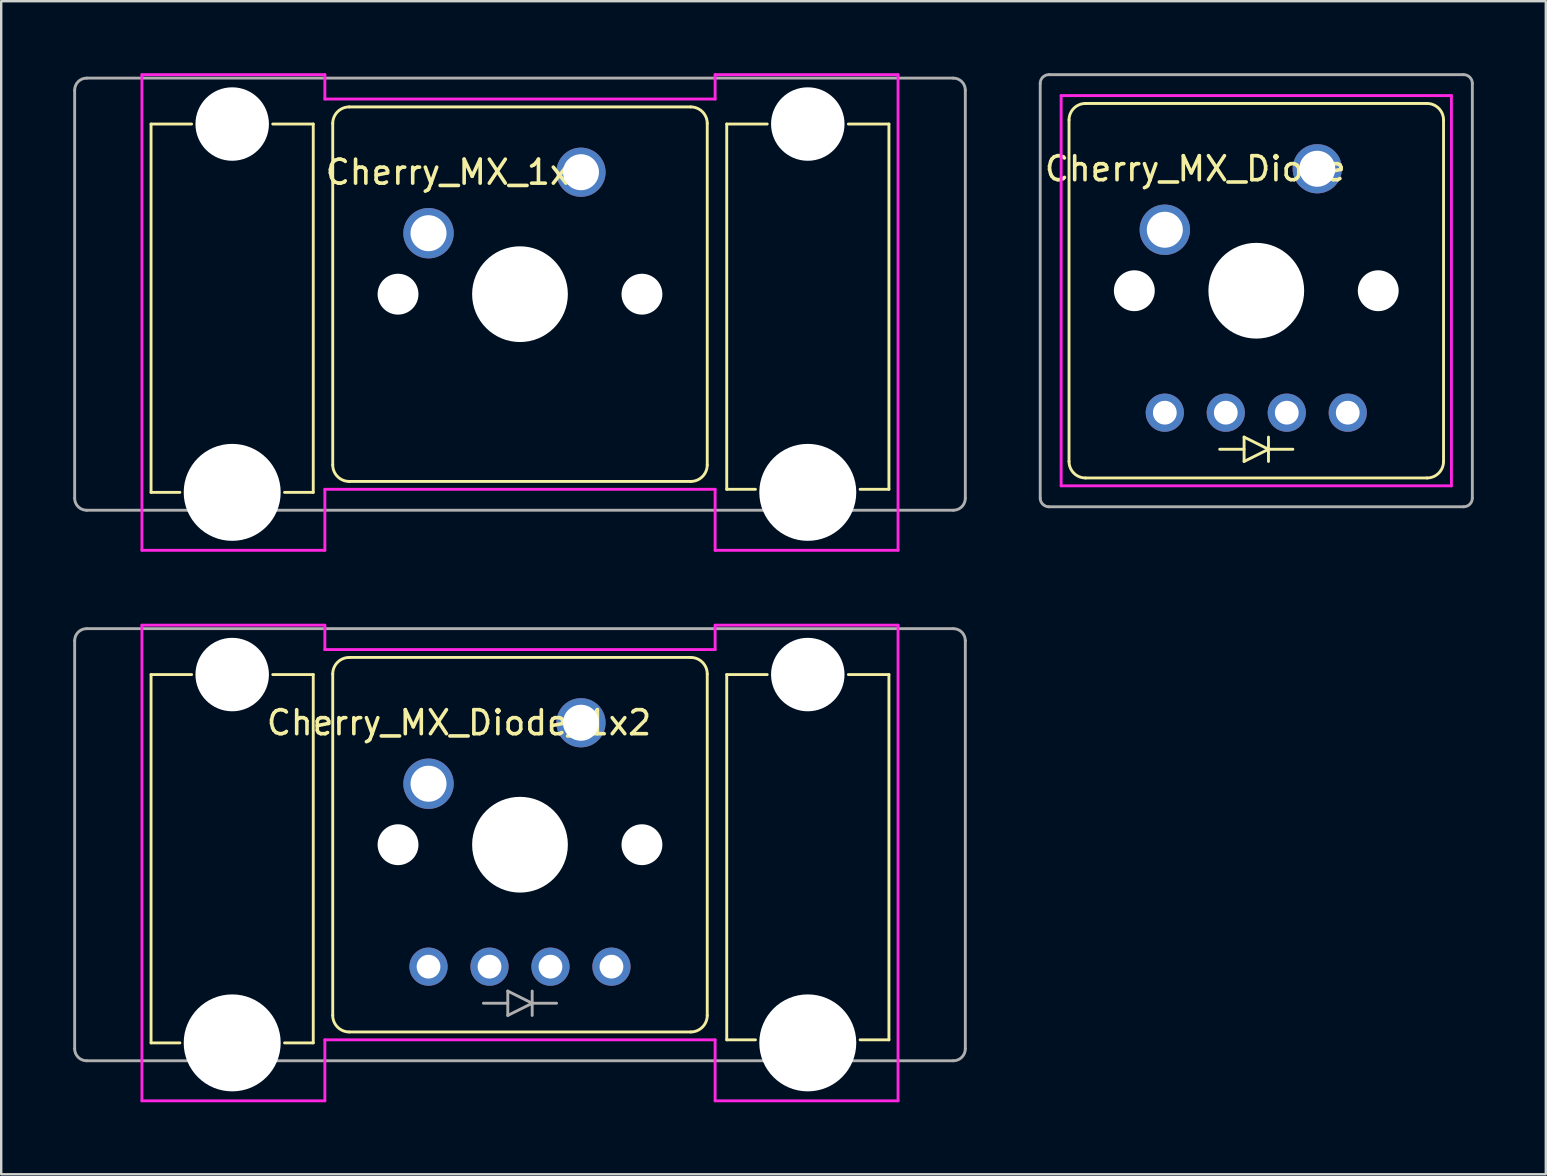
<source format=kicad_pcb>
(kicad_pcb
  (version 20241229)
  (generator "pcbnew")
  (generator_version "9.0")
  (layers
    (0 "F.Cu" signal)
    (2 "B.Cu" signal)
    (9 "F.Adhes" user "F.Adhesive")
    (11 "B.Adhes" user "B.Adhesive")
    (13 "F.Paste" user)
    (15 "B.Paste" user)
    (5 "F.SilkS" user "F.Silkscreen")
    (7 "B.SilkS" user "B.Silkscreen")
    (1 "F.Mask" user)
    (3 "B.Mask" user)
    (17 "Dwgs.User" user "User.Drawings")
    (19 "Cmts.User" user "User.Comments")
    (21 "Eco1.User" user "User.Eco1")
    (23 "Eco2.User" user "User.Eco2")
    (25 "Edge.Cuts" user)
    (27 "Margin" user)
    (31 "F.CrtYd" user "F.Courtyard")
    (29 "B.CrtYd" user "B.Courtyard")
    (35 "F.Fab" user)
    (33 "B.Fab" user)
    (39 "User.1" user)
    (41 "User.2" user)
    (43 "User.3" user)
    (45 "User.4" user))
  (footprint "Cherry_MX_Diode_1x2"
    (layer "F.Cu")
    (at 18.61 32.136)
    (property "Reference" "Cherry_MX_Diode_1x2" (at -2.54 -5.08 0) (layer "F.SilkS") (effects (font (size 1 1) (thickness 0.15))))
    (attr through_hole)
    (fp_line (start -15.368 -7.087) (end -13.678 -7.087) (stroke (width 0.12) (type solid)) (layer "F.SilkS"))
    (fp_line (start -15.368 8.255) (end -15.368 -7.087) (stroke (width 0.12) (type solid)) (layer "F.SilkS"))
    (fp_line (start -15.368 8.255) (end -14.167 8.255) (stroke (width 0.12) (type solid)) (layer "F.SilkS"))
    (fp_line (start -10.298 -7.087) (end -8.612 -7.087) (stroke (width 0.12) (type solid)) (layer "F.SilkS"))
    (fp_line (start -8.612 -7.087) (end -8.612 8.255) (stroke (width 0.12) (type solid)) (layer "F.SilkS"))
    (fp_line (start -8.612 8.255) (end -9.808 8.255) (stroke (width 0.12) (type solid)) (layer "F.SilkS"))
    (fp_line (start -7.8 -7.112) (end -7.8 7.112) (stroke (width 0.12) (type solid)) (layer "F.SilkS"))
    (fp_line (start -7.112 7.8) (end 7.112 7.8) (stroke (width 0.12) (type solid)) (layer "F.SilkS"))
    (fp_line (start 7.112 -7.8) (end -7.112 -7.8) (stroke (width 0.12) (type solid)) (layer "F.SilkS"))
    (fp_line (start 7.8 7.112) (end 7.8 -7.112) (stroke (width 0.12) (type solid)) (layer "F.SilkS"))
    (fp_line (start 8.612 -7.087) (end 10.298 -7.087) (stroke (width 0.12) (type solid)) (layer "F.SilkS"))
    (fp_line (start 8.612 8.128) (end 8.612 -7.087) (stroke (width 0.12) (type solid)) (layer "F.SilkS"))
    (fp_line (start 9.808 8.128) (end 8.612 8.128) (stroke (width 0.12) (type solid)) (layer "F.SilkS"))
    (fp_line (start 13.678 -7.087) (end 15.368 -7.087) (stroke (width 0.12) (type solid)) (layer "F.SilkS"))
    (fp_line (start 15.368 -7.087) (end 15.368 8.128) (stroke (width 0.12) (type solid)) (layer "F.SilkS"))
    (fp_line (start 15.368 8.128) (end 14.167 8.128) (stroke (width 0.12) (type solid)) (layer "F.SilkS"))
    (fp_arc (start -7.8 -7.112) (mid -7.598489 -7.598489) (end -7.112 -7.8) (stroke (width 0.12) (type solid)) (layer "F.SilkS"))
    (fp_arc (start -7.112 7.8) (mid -7.598489 7.598489) (end -7.8 7.112) (stroke (width 0.12) (type solid)) (layer "F.SilkS"))
    (fp_arc (start 7.112 -7.8) (mid 7.598489 -7.598489) (end 7.8 -7.112) (stroke (width 0.12) (type solid)) (layer "F.SilkS"))
    (fp_arc (start 7.8 7.112) (mid 7.598489 7.598489) (end 7.112 7.8) (stroke (width 0.12) (type solid)) (layer "F.SilkS"))
    (fp_line (start -15.748 -9.144) (end -15.748 10.668) (stroke (width 0.12) (type solid)) (layer "F.CrtYd"))
    (fp_line (start -15.748 10.668) (end -8.128 10.668) (stroke (width 0.12) (type solid)) (layer "F.CrtYd"))
    (fp_line (start -8.128 -9.144) (end -15.748 -9.144) (stroke (width 0.12) (type solid)) (layer "F.CrtYd"))
    (fp_line (start -8.128 -8.128) (end -8.128 -9.144) (stroke (width 0.12) (type solid)) (layer "F.CrtYd"))
    (fp_line (start -8.128 -8.128) (end 8.128 -8.128) (stroke (width 0.12) (type solid)) (layer "F.CrtYd"))
    (fp_line (start -8.128 10.668) (end -8.128 8.128) (stroke (width 0.12) (type solid)) (layer "F.CrtYd"))
    (fp_line (start 8.128 -9.144) (end 8.128 -8.128) (stroke (width 0.12) (type solid)) (layer "F.CrtYd"))
    (fp_line (start 8.128 8.128) (end -8.128 8.128) (stroke (width 0.12) (type solid)) (layer "F.CrtYd"))
    (fp_line (start 8.128 8.128) (end 8.128 10.668) (stroke (width 0.12) (type solid)) (layer "F.CrtYd"))
    (fp_line (start 8.128 10.668) (end 15.748 10.668) (stroke (width 0.12) (type solid)) (layer "F.CrtYd"))
    (fp_line (start 15.748 -9.144) (end 8.128 -9.144) (stroke (width 0.12) (type solid)) (layer "F.CrtYd"))
    (fp_line (start 15.748 10.668) (end 15.748 -9.144) (stroke (width 0.12) (type solid)) (layer "F.CrtYd"))
    (fp_line (start -18.55 8.5) (end -18.55 -8.5) (stroke (width 0.12) (type solid)) (layer "F.Fab"))
    (fp_line (start -18.05 -9) (end 18.05 -9) (stroke (width 0.12) (type solid)) (layer "F.Fab"))
    (fp_line (start -1.524 6.604) (end -0.508 6.604) (stroke (width 0.12) (type solid)) (layer "F.Fab"))
    (fp_line (start -0.508 7.112) (end -0.508 6.096) (stroke (width 0.12) (type solid)) (layer "F.Fab"))
    (fp_line (start -0.508 7.112) (end 0.508 6.604) (stroke (width 0.12) (type solid)) (layer "F.Fab"))
    (fp_line (start 0.508 6.604) (end -0.508 6.096) (stroke (width 0.12) (type solid)) (layer "F.Fab"))
    (fp_line (start 0.508 6.604) (end 1.524 6.604) (stroke (width 0.12) (type solid)) (layer "F.Fab"))
    (fp_line (start 0.508 7.112) (end 0.508 6.096) (stroke (width 0.12) (type solid)) (layer "F.Fab"))
    (fp_line (start 18.05 9) (end -18.05 9) (stroke (width 0.12) (type solid)) (layer "F.Fab"))
    (fp_line (start 18.55 -8.5) (end 18.55 8.5) (stroke (width 0.12) (type solid)) (layer "F.Fab"))
    (fp_arc (start -18.55 -8.5) (mid -18.403553 -8.853553) (end -18.05 -9) (stroke (width 0.12) (type solid)) (layer "F.Fab"))
    (fp_arc (start -18.05 9) (mid -18.403553 8.853553) (end -18.55 8.5) (stroke (width 0.12) (type solid)) (layer "F.Fab"))
    (fp_arc (start 18.05 -9) (mid 18.403553 -8.853553) (end 18.55 -8.5) (stroke (width 0.12) (type solid)) (layer "F.Fab"))
    (fp_arc (start 18.55 8.5) (mid 18.403553 8.853553) (end 18.05 9) (stroke (width 0.12) (type solid)) (layer "F.Fab"))
    (pad "" np_thru_hole circle (at -11.988 -7.087) (size 3.06 3.06) (drill 3.06) (layers "*.Cu" "*.Mask"))
    (pad "" np_thru_hole circle (at -11.988 8.255) (size 4.039 4.039) (drill 4.039) (layers "*.Cu" "*.Mask"))
    (pad "" np_thru_hole circle (at -5.08 0) (size 1.702 1.702) (drill 1.702) (layers "*.Cu" "*.Mask"))
    (pad "" np_thru_hole circle (at 0 0) (size 3.988 3.988) (drill 3.988) (layers "*.Cu" "*.Mask"))
    (pad "" np_thru_hole circle (at 5.08 0) (size 1.702 1.702) (drill 1.702) (layers "*.Cu" "*.Mask"))
    (pad "" np_thru_hole circle (at 11.988 -7.087) (size 3.06 3.06) (drill 3.06) (layers "*.Cu" "*.Mask"))
    (pad "" np_thru_hole circle (at 11.988 8.255) (size 4.039 4.039) (drill 4.039) (layers "*.Cu" "*.Mask"))
    (pad "1" thru_hole circle (at -3.81 -2.54) (size 2.099 2.099) (drill 1.499) (layers "*.Cu" "*.Mask"))
    (pad "2" thru_hole circle (at 2.54 -5.08) (size 2.05 2.05) (drill 1.499) (layers "*.Cu" "*.Mask"))
    (pad "3" thru_hole circle (at -3.81 5.08) (size 1.591 1.591) (drill 0.991) (layers "*.Cu" "*.Mask"))
    (pad "3" thru_hole circle (at -1.27 5.08) (size 1.591 1.591) (drill 0.991) (layers "*.Cu" "*.Mask"))
    (pad "4" thru_hole circle (at 1.27 5.08) (size 1.591 1.591) (drill 0.991) (layers "*.Cu" "*.Mask"))
    (pad "4" thru_hole circle (at 3.81 5.08) (size 1.591 1.591) (drill 0.991) (layers "*.Cu" "*.Mask")))
  (footprint "Cherry_MX_1x2"
    (layer "F.Cu")
    (at 18.61 9.204)
    (property "Reference" "Cherry_MX_1x2" (at -2.54 -5.08 0) (layer "F.SilkS") (effects (font (size 1 1) (thickness 0.15))))
    (attr through_hole)
    (fp_line (start -15.368 -7.087) (end -13.678 -7.087) (stroke (width 0.12) (type solid)) (layer "F.SilkS"))
    (fp_line (start -15.368 8.255) (end -15.368 -7.087) (stroke (width 0.12) (type solid)) (layer "F.SilkS"))
    (fp_line (start -15.368 8.255) (end -14.167 8.255) (stroke (width 0.12) (type solid)) (layer "F.SilkS"))
    (fp_line (start -10.298 -7.087) (end -8.612 -7.087) (stroke (width 0.12) (type solid)) (layer "F.SilkS"))
    (fp_line (start -8.612 -7.087) (end -8.612 8.255) (stroke (width 0.12) (type solid)) (layer "F.SilkS"))
    (fp_line (start -8.612 8.255) (end -9.808 8.255) (stroke (width 0.12) (type solid)) (layer "F.SilkS"))
    (fp_line (start -7.8 -7.112) (end -7.8 7.112) (stroke (width 0.12) (type solid)) (layer "F.SilkS"))
    (fp_line (start -7.112 7.8) (end 7.112 7.8) (stroke (width 0.12) (type solid)) (layer "F.SilkS"))
    (fp_line (start 7.112 -7.8) (end -7.112 -7.8) (stroke (width 0.12) (type solid)) (layer "F.SilkS"))
    (fp_line (start 7.8 7.112) (end 7.8 -7.112) (stroke (width 0.12) (type solid)) (layer "F.SilkS"))
    (fp_line (start 8.612 -7.087) (end 10.298 -7.087) (stroke (width 0.12) (type solid)) (layer "F.SilkS"))
    (fp_line (start 8.612 8.128) (end 8.612 -7.087) (stroke (width 0.12) (type solid)) (layer "F.SilkS"))
    (fp_line (start 9.808 8.128) (end 8.612 8.128) (stroke (width 0.12) (type solid)) (layer "F.SilkS"))
    (fp_line (start 13.678 -7.087) (end 15.368 -7.087) (stroke (width 0.12) (type solid)) (layer "F.SilkS"))
    (fp_line (start 15.368 -7.087) (end 15.368 8.128) (stroke (width 0.12) (type solid)) (layer "F.SilkS"))
    (fp_line (start 15.368 8.128) (end 14.167 8.128) (stroke (width 0.12) (type solid)) (layer "F.SilkS"))
    (fp_arc (start -7.8 -7.112) (mid -7.598489 -7.598489) (end -7.112 -7.8) (stroke (width 0.12) (type solid)) (layer "F.SilkS"))
    (fp_arc (start -7.112 7.8) (mid -7.598489 7.598489) (end -7.8 7.112) (stroke (width 0.12) (type solid)) (layer "F.SilkS"))
    (fp_arc (start 7.112 -7.8) (mid 7.598489 -7.598489) (end 7.8 -7.112) (stroke (width 0.12) (type solid)) (layer "F.SilkS"))
    (fp_arc (start 7.8 7.112) (mid 7.598489 7.598489) (end 7.112 7.8) (stroke (width 0.12) (type solid)) (layer "F.SilkS"))
    (fp_line (start -15.748 -9.144) (end -15.748 10.668) (stroke (width 0.12) (type solid)) (layer "F.CrtYd"))
    (fp_line (start -15.748 10.668) (end -8.128 10.668) (stroke (width 0.12) (type solid)) (layer "F.CrtYd"))
    (fp_line (start -8.128 -9.144) (end -15.748 -9.144) (stroke (width 0.12) (type solid)) (layer "F.CrtYd"))
    (fp_line (start -8.128 -8.128) (end -8.128 -9.144) (stroke (width 0.12) (type solid)) (layer "F.CrtYd"))
    (fp_line (start -8.128 -8.128) (end 8.128 -8.128) (stroke (width 0.12) (type solid)) (layer "F.CrtYd"))
    (fp_line (start -8.128 10.668) (end -8.128 8.128) (stroke (width 0.12) (type solid)) (layer "F.CrtYd"))
    (fp_line (start 8.128 -9.144) (end 8.128 -8.128) (stroke (width 0.12) (type solid)) (layer "F.CrtYd"))
    (fp_line (start 8.128 8.128) (end -8.128 8.128) (stroke (width 0.12) (type solid)) (layer "F.CrtYd"))
    (fp_line (start 8.128 8.128) (end 8.128 10.668) (stroke (width 0.12) (type solid)) (layer "F.CrtYd"))
    (fp_line (start 8.128 10.668) (end 15.748 10.668) (stroke (width 0.12) (type solid)) (layer "F.CrtYd"))
    (fp_line (start 15.748 -9.144) (end 8.128 -9.144) (stroke (width 0.12) (type solid)) (layer "F.CrtYd"))
    (fp_line (start 15.748 10.668) (end 15.748 -9.144) (stroke (width 0.12) (type solid)) (layer "F.CrtYd"))
    (fp_line (start -18.55 8.5) (end -18.55 -8.5) (stroke (width 0.12) (type solid)) (layer "F.Fab"))
    (fp_line (start -18.05 -9) (end 18.05 -9) (stroke (width 0.12) (type solid)) (layer "F.Fab"))
    (fp_line (start 18.05 9) (end -18.05 9) (stroke (width 0.12) (type solid)) (layer "F.Fab"))
    (fp_line (start 18.55 -8.5) (end 18.55 8.5) (stroke (width 0.12) (type solid)) (layer "F.Fab"))
    (fp_arc (start -18.55 -8.5) (mid -18.403553 -8.853553) (end -18.05 -9) (stroke (width 0.12) (type solid)) (layer "F.Fab"))
    (fp_arc (start -18.05 9) (mid -18.403553 8.853553) (end -18.55 8.5) (stroke (width 0.12) (type solid)) (layer "F.Fab"))
    (fp_arc (start 18.05 -9) (mid 18.403553 -8.853553) (end 18.55 -8.5) (stroke (width 0.12) (type solid)) (layer "F.Fab"))
    (fp_arc (start 18.55 8.5) (mid 18.403553 8.853553) (end 18.05 9) (stroke (width 0.12) (type solid)) (layer "F.Fab"))
    (pad "" np_thru_hole circle (at -11.988 -7.087) (size 3.06 3.06) (drill 3.06) (layers "*.Cu" "*.Mask"))
    (pad "" np_thru_hole circle (at -11.988 8.255) (size 4.039 4.039) (drill 4.039) (layers "*.Cu" "*.Mask"))
    (pad "" np_thru_hole circle (at -5.08 0) (size 1.702 1.702) (drill 1.702) (layers "*.Cu" "*.Mask"))
    (pad "" np_thru_hole circle (at 0 0) (size 3.988 3.988) (drill 3.988) (layers "*.Cu" "*.Mask"))
    (pad "" np_thru_hole circle (at 5.08 0) (size 1.702 1.702) (drill 1.702) (layers "*.Cu" "*.Mask"))
    (pad "" np_thru_hole circle (at 11.988 -7.087) (size 3.06 3.06) (drill 3.06) (layers "*.Cu" "*.Mask"))
    (pad "" np_thru_hole circle (at 11.988 8.255) (size 4.039 4.039) (drill 4.039) (layers "*.Cu" "*.Mask"))
    (pad "1" thru_hole circle (at -3.81 -2.54) (size 2.099 2.099) (drill 1.499) (layers "*.Cu" "*.Mask"))
    (pad "2" thru_hole circle (at 2.54 -5.08) (size 2.05 2.05) (drill 1.499) (layers "*.Cu" "*.Mask")))
  (footprint "Cherry_MX_Diode"
    (layer "F.Cu")
    (at 49.28 9.06)
    (property "Reference" "Cherry_MX_Diode" (at -2.54 -5.08 0) (layer "F.SilkS") (effects (font (size 1 1) (thickness 0.15))))
    (attr through_hole)
    (fp_line (start -7.8 -7.112) (end -7.8 7.112) (stroke (width 0.12) (type solid)) (layer "F.SilkS"))
    (fp_line (start -7.112 7.8) (end 7.112 7.8) (stroke (width 0.12) (type solid)) (layer "F.SilkS"))
    (fp_line (start -1.524 6.604) (end -0.508 6.604) (stroke (width 0.12) (type solid)) (layer "F.SilkS"))
    (fp_line (start -0.508 7.112) (end -0.508 6.096) (stroke (width 0.12) (type solid)) (layer "F.SilkS"))
    (fp_line (start -0.508 7.112) (end 0.508 6.604) (stroke (width 0.12) (type solid)) (layer "F.SilkS"))
    (fp_line (start 0.508 6.604) (end -0.508 6.096) (stroke (width 0.12) (type solid)) (layer "F.SilkS"))
    (fp_line (start 0.508 6.604) (end 1.524 6.604) (stroke (width 0.12) (type solid)) (layer "F.SilkS"))
    (fp_line (start 0.508 7.112) (end 0.508 6.096) (stroke (width 0.12) (type solid)) (layer "F.SilkS"))
    (fp_line (start 7.112 -7.8) (end -7.112 -7.8) (stroke (width 0.12) (type solid)) (layer "F.SilkS"))
    (fp_line (start 7.8 7.112) (end 7.8 -7.112) (stroke (width 0.12) (type solid)) (layer "F.SilkS"))
    (fp_arc (start -7.8 -7.112) (mid -7.598489 -7.598489) (end -7.112 -7.8) (stroke (width 0.12) (type solid)) (layer "F.SilkS"))
    (fp_arc (start -7.112 7.8) (mid -7.598489 7.598489) (end -7.8 7.112) (stroke (width 0.12) (type solid)) (layer "F.SilkS"))
    (fp_arc (start 7.112 -7.8) (mid 7.598489 -7.598489) (end 7.8 -7.112) (stroke (width 0.12) (type solid)) (layer "F.SilkS"))
    (fp_arc (start 7.8 7.112) (mid 7.598489 7.598489) (end 7.112 7.8) (stroke (width 0.12) (type solid)) (layer "F.SilkS"))
    (fp_line (start -8.128 -8.128) (end 8.128 -8.128) (stroke (width 0.12) (type solid)) (layer "F.CrtYd"))
    (fp_line (start -8.128 8.128) (end -8.128 -8.128) (stroke (width 0.12) (type solid)) (layer "F.CrtYd"))
    (fp_line (start 8.128 -8.128) (end 8.128 8.128) (stroke (width 0.12) (type solid)) (layer "F.CrtYd"))
    (fp_line (start 8.128 8.128) (end -8.128 8.128) (stroke (width 0.12) (type solid)) (layer "F.CrtYd"))
    (fp_line (start -9 8.636) (end -9 -8.636) (stroke (width 0.12) (type solid)) (layer "F.Fab"))
    (fp_line (start -8.636 -9) (end 8.636 -9) (stroke (width 0.12) (type solid)) (layer "F.Fab"))
    (fp_line (start 8.636 9) (end -8.636 9) (stroke (width 0.12) (type solid)) (layer "F.Fab"))
    (fp_line (start 9 -8.636) (end 9 8.636) (stroke (width 0.12) (type solid)) (layer "F.Fab"))
    (fp_arc (start -9 -8.636) (mid -8.893387 -8.893387) (end -8.636 -9) (stroke (width 0.12) (type solid)) (layer "F.Fab"))
    (fp_arc (start -8.636 9) (mid -8.893387 8.893387) (end -9 8.636) (stroke (width 0.12) (type solid)) (layer "F.Fab"))
    (fp_arc (start 8.636 -9) (mid 8.893387 -8.893387) (end 9 -8.636) (stroke (width 0.12) (type solid)) (layer "F.Fab"))
    (fp_arc (start 9 8.636) (mid 8.893387 8.893387) (end 8.636 9) (stroke (width 0.12) (type solid)) (layer "F.Fab"))
    (pad "" np_thru_hole circle (at -5.08 0) (size 1.702 1.702) (drill 1.702) (layers "*.Cu" "*.Mask"))
    (pad "" np_thru_hole circle (at 0 0) (size 3.988 3.988) (drill 3.988) (layers "*.Cu" "*.Mask"))
    (pad "" np_thru_hole circle (at 5.08 0) (size 1.702 1.702) (drill 1.702) (layers "*.Cu" "*.Mask"))
    (pad "1" thru_hole circle (at -3.81 -2.54) (size 2.099 2.099) (drill 1.499) (layers "*.Cu" "*.Mask"))
    (pad "2" thru_hole circle (at 2.54 -5.08) (size 2.05 2.05) (drill 1.499) (layers "*.Cu" "*.Mask"))
    (pad "3" thru_hole circle (at -3.81 5.08) (size 1.591 1.591) (drill 0.991) (layers "*.Cu" "*.Mask"))
    (pad "3" thru_hole circle (at -1.27 5.08) (size 1.591 1.591) (drill 0.991) (layers "*.Cu" "*.Mask"))
    (pad "4" thru_hole circle (at 1.27 5.08) (size 1.591 1.591) (drill 0.991) (layers "*.Cu" "*.Mask"))
    (pad "4" thru_hole circle (at 3.81 5.08) (size 1.591 1.591) (drill 0.991) (layers "*.Cu" "*.Mask")))
  (gr_rect
    (start -3 -3)
    (end 61.34 45.864)
    (stroke (width 0.1) (type default))
    (fill no)
    (layer "Edge.Cuts")))
</source>
